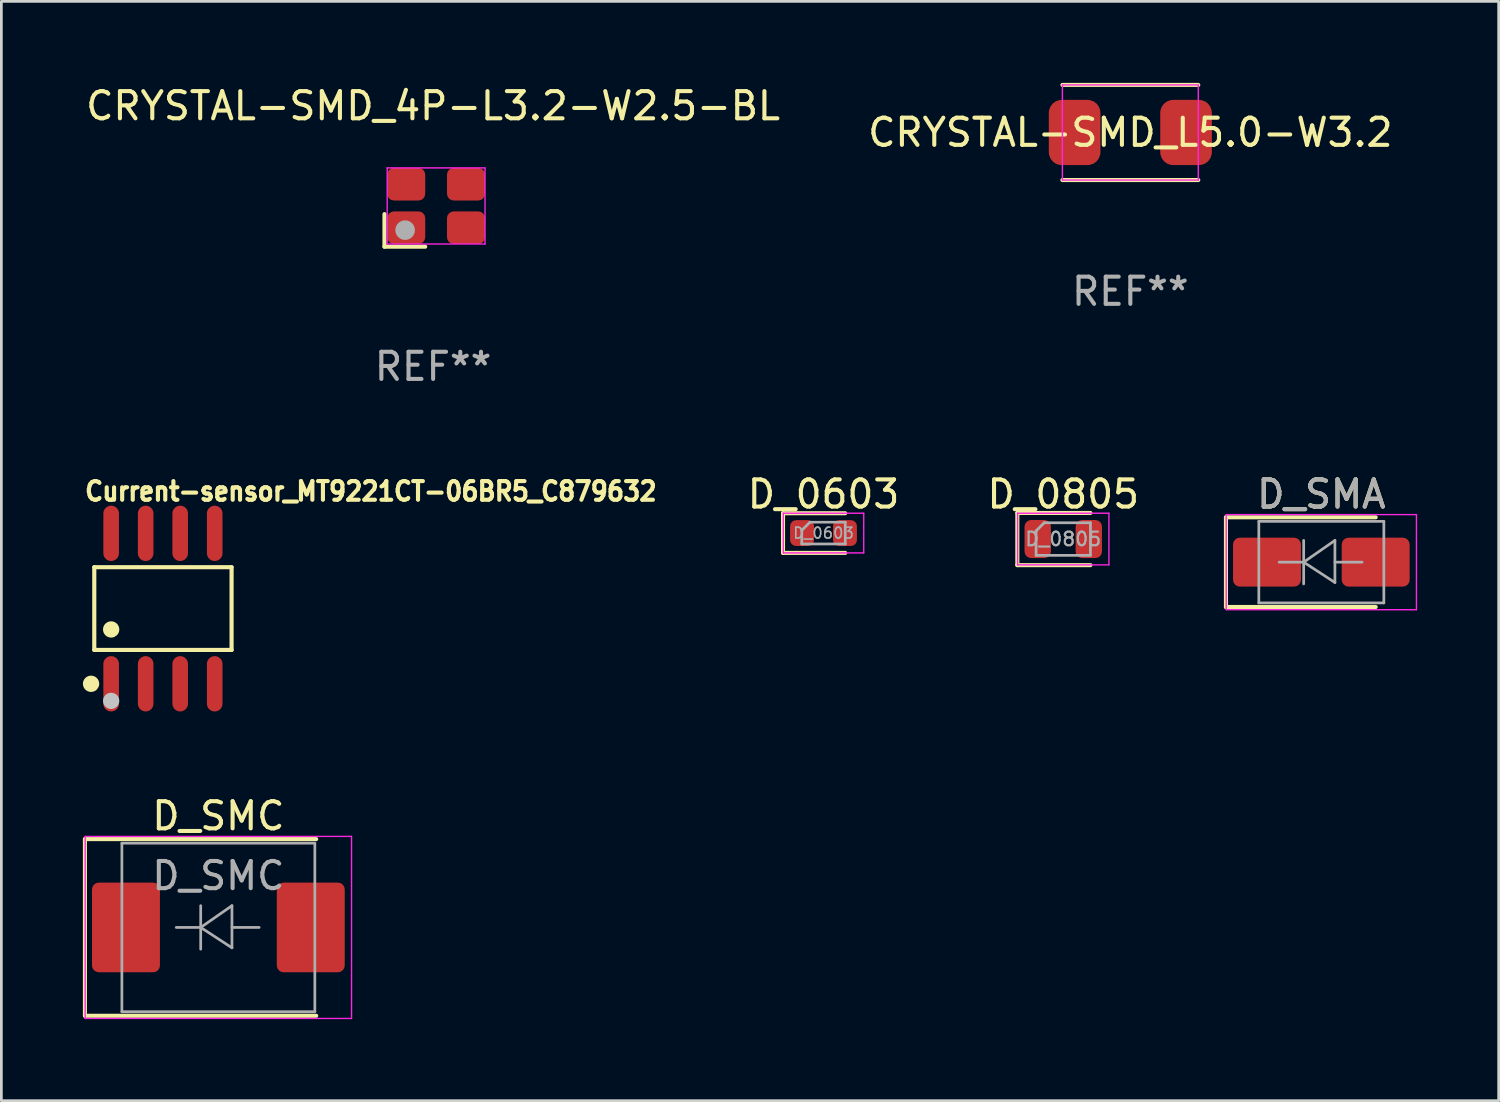
<source format=kicad_pcb>
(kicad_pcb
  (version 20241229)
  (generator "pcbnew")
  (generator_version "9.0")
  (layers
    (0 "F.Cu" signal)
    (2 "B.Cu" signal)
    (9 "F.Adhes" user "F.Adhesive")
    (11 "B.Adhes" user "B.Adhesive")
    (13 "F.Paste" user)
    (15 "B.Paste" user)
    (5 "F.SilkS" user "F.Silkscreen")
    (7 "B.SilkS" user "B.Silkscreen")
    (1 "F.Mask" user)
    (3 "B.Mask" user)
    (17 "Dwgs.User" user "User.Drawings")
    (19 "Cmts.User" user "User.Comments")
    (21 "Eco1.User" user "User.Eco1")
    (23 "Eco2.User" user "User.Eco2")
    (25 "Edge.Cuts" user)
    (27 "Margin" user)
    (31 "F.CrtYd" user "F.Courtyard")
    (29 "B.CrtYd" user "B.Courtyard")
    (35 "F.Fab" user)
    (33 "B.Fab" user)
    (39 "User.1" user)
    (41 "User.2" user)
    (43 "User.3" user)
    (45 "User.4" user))
  (footprint "D_SMA"
    (layer "F.Cu")
    (at 45.57 17.635)
    (property "Reference" "D_SMA" (at 0 -2.5 0) (layer "F.SilkS") (effects (font (size 1 1) (thickness 0.15))))
    (attr smd)
    (fp_line (start -3.51 -1.65) (end -3.51 1.65) (stroke (width 0.15) (type solid)) (layer "F.SilkS"))
    (fp_line (start -3.51 -1.65) (end 2 -1.65) (stroke (width 0.15) (type solid)) (layer "F.SilkS"))
    (fp_line (start -3.51 1.65) (end 2 1.65) (stroke (width 0.15) (type solid)) (layer "F.SilkS"))
    (fp_line (start -3.5 -1.75) (end 3.5 -1.75) (stroke (width 0.05) (type solid)) (layer "F.CrtYd"))
    (fp_line (start -3.5 1.75) (end -3.5 -1.75) (stroke (width 0.05) (type solid)) (layer "F.CrtYd"))
    (fp_line (start 3.5 -1.75) (end 3.5 1.75) (stroke (width 0.05) (type solid)) (layer "F.CrtYd"))
    (fp_line (start 3.5 1.75) (end -3.5 1.75) (stroke (width 0.05) (type solid)) (layer "F.CrtYd"))
    (fp_line (start -2.3 1.5) (end -2.3 -1.5) (stroke (width 0.1) (type solid)) (layer "F.Fab"))
    (fp_line (start -0.65 -0.8) (end -0.65 0.8) (stroke (width 0.1) (type solid)) (layer "F.Fab"))
    (fp_line (start -0.65 0) (end -1.55 0) (stroke (width 0.1) (type solid)) (layer "F.Fab"))
    (fp_line (start -0.65 0) (end 0.5 -0.8) (stroke (width 0.1) (type solid)) (layer "F.Fab"))
    (fp_line (start -0.65 0) (end 0.5 0.75) (stroke (width 0.1) (type solid)) (layer "F.Fab"))
    (fp_line (start 0.5 0) (end 1.5 0) (stroke (width 0.1) (type solid)) (layer "F.Fab"))
    (fp_line (start 0.5 0.75) (end 0.5 -0.8) (stroke (width 0.1) (type solid)) (layer "F.Fab"))
    (fp_line (start 2.3 -1.5) (end -2.3 -1.5) (stroke (width 0.1) (type solid)) (layer "F.Fab"))
    (fp_line (start 2.3 -1.5) (end 2.3 1.5) (stroke (width 0.1) (type solid)) (layer "F.Fab"))
    (fp_line (start 2.3 1.5) (end -2.3 1.5) (stroke (width 0.1) (type solid)) (layer "F.Fab"))
    (fp_text user "${REFERENCE}" (at 0 -2.5 0) (layer "F.Fab") (effects (font (size 1 1) (thickness 0.15))))
    (pad "1" smd roundrect (at -2 0) (size 2.5 1.8) (layers "F.Cu" "F.Mask" "F.Paste") (roundrect_rratio 0.139))
    (pad "2" smd roundrect (at 2 0) (size 2.5 1.8) (layers "F.Cu" "F.Mask" "F.Paste") (roundrect_rratio 0.139)))
  (footprint "Current-sensor_MT9221CT-06BR5_C879632"
    (layer "F.Cu")
    (at 2.945 19.343)
    (property "Reference" "Current-sensor_MT9221CT-06BR5_C879632" (at -2.945 -3.913 0) (layer "F.SilkS") (effects (font (size 0.686 0.628) (thickness 0.152)) (justify left bottom)))
    (fp_line (start -2.526 -1.522) (end 2.526 -1.522) (stroke (width 0.152) (type default)) (layer "F.SilkS"))
    (fp_line (start -2.526 1.522) (end -2.526 -1.522) (stroke (width 0.152) (type default)) (layer "F.SilkS"))
    (fp_line (start 2.526 -1.522) (end 2.526 1.522) (stroke (width 0.152) (type default)) (layer "F.SilkS"))
    (fp_line (start 2.526 1.522) (end -2.526 1.522) (stroke (width 0.152) (type default)) (layer "F.SilkS"))
    (fp_circle (center -2.644 2.768) (end -2.494 2.768) (stroke (width 0.3) (type default)) (fill no) (layer "F.SilkS"))
    (fp_circle (center -1.905 0.769) (end -1.755 0.769) (stroke (width 0.3) (type default)) (fill no) (layer "F.SilkS"))
    (fp_circle (center -1.905 3.397) (end -1.755 3.397) (stroke (width 0.3) (type default)) (fill no) (layer "Dwgs.User"))
    (fp_poly (pts (xy -2.11 -2.998) (xy -2.11 -2.163) (xy -1.7 -2.163) (xy -1.7 -2.998)) (stroke (width 0.1) (type default)) (fill no) (layer "User.1"))
    (fp_poly (pts (xy -2.11 -2.172) (xy -2.11 -1.94) (xy -1.7 -1.94) (xy -1.7 -2.172)) (stroke (width 0.1) (type default)) (fill no) (layer "User.1"))
    (fp_poly (pts (xy -2.11 2.172) (xy -2.11 1.94) (xy -1.7 1.94) (xy -1.7 2.172)) (stroke (width 0.1) (type default)) (fill no) (layer "User.1"))
    (fp_poly (pts (xy -2.11 2.998) (xy -2.11 2.163) (xy -1.7 2.163) (xy -1.7 2.998)) (stroke (width 0.1) (type default)) (fill no) (layer "User.1"))
    (fp_poly (pts (xy -0.84 -2.998) (xy -0.84 -2.163) (xy -0.43 -2.163) (xy -0.43 -2.998)) (stroke (width 0.1) (type default)) (fill no) (layer "User.1"))
    (fp_poly (pts (xy -0.84 -2.172) (xy -0.84 -1.94) (xy -0.43 -1.94) (xy -0.43 -2.172)) (stroke (width 0.1) (type default)) (fill no) (layer "User.1"))
    (fp_poly (pts (xy -0.84 2.172) (xy -0.84 1.94) (xy -0.43 1.94) (xy -0.43 2.172)) (stroke (width 0.1) (type default)) (fill no) (layer "User.1"))
    (fp_poly (pts (xy -0.84 2.998) (xy -0.84 2.163) (xy -0.43 2.163) (xy -0.43 2.998)) (stroke (width 0.1) (type default)) (fill no) (layer "User.1"))
    (fp_poly (pts (xy 0.43 -2.998) (xy 0.43 -2.163) (xy 0.84 -2.163) (xy 0.84 -2.998)) (stroke (width 0.1) (type default)) (fill no) (layer "User.1"))
    (fp_poly (pts (xy 0.43 -2.172) (xy 0.43 -1.94) (xy 0.84 -1.94) (xy 0.84 -2.172)) (stroke (width 0.1) (type default)) (fill no) (layer "User.1"))
    (fp_poly (pts (xy 0.43 2.172) (xy 0.43 1.94) (xy 0.84 1.94) (xy 0.84 2.172)) (stroke (width 0.1) (type default)) (fill no) (layer "User.1"))
    (fp_poly (pts (xy 0.43 2.998) (xy 0.43 2.163) (xy 0.84 2.163) (xy 0.84 2.998)) (stroke (width 0.1) (type default)) (fill no) (layer "User.1"))
    (fp_poly (pts (xy 1.7 -2.998) (xy 1.7 -2.163) (xy 2.11 -2.163) (xy 2.11 -2.998)) (stroke (width 0.1) (type default)) (fill no) (layer "User.1"))
    (fp_poly (pts (xy 1.7 -2.172) (xy 1.7 -1.94) (xy 2.11 -1.94) (xy 2.11 -2.172)) (stroke (width 0.1) (type default)) (fill no) (layer "User.1"))
    (fp_poly (pts (xy 1.7 2.172) (xy 1.7 1.94) (xy 2.11 1.94) (xy 2.11 2.172)) (stroke (width 0.1) (type default)) (fill no) (layer "User.1"))
    (fp_poly (pts (xy 1.7 2.998) (xy 1.7 2.163) (xy 2.11 2.163) (xy 2.11 2.998)) (stroke (width 0.1) (type default)) (fill no) (layer "User.1"))
    (fp_line (start -2.45 -1.95) (end 2.45 -1.95) (stroke (width 0.051) (type default)) (layer "User.2"))
    (fp_line (start -2.45 1.95) (end -2.45 -1.95) (stroke (width 0.051) (type default)) (layer "User.2"))
    (fp_line (start 2.45 -1.95) (end 2.45 1.95) (stroke (width 0.051) (type default)) (layer "User.2"))
    (fp_line (start 2.45 1.95) (end -2.45 1.95) (stroke (width 0.051) (type default)) (layer "User.2"))
    (fp_poly (pts (xy -2.39 2.998) (xy -2.408 2.955) (xy -2.45 2.938) (xy -2.492 2.955) (xy -2.51 2.998) (xy -2.492 3.04) (xy -2.45 3.058) (xy -2.408 3.04)) (stroke (width 0.1) (type default)) (fill no) (layer "User.3"))
    (pad "1" smd oval (at -1.905 2.768) (size 0.574 2.035) (layers "F.Cu" "F.Mask" "F.Paste"))
    (pad "2" smd oval (at -0.635 2.768) (size 0.574 2.035) (layers "F.Cu" "F.Mask" "F.Paste"))
    (pad "3" smd oval (at 0.635 2.768) (size 0.574 2.035) (layers "F.Cu" "F.Mask" "F.Paste"))
    (pad "4" smd oval (at 1.905 2.768) (size 0.574 2.035) (layers "F.Cu" "F.Mask" "F.Paste"))
    (pad "5" smd oval (at 1.905 -2.768) (size 0.574 2.035) (layers "F.Cu" "F.Mask" "F.Paste"))
    (pad "6" smd oval (at 0.635 -2.768) (size 0.574 2.035) (layers "F.Cu" "F.Mask" "F.Paste"))
    (pad "7" smd oval (at -0.635 -2.768) (size 0.574 2.035) (layers "F.Cu" "F.Mask" "F.Paste"))
    (pad "8" smd oval (at -1.905 -2.768) (size 0.574 2.035) (layers "F.Cu" "F.Mask" "F.Paste")))
  (footprint "D_0603"
    (layer "F.Cu")
    (at 27.252 16.565)
    (property "Reference" "D_0603" (at 0 -1.43 0) (layer "F.SilkS") (effects (font (size 1 1) (thickness 0.15))))
    (attr smd)
    (fp_line (start -1.49 -0.73) (end -1.49 0.73) (stroke (width 0.15) (type solid)) (layer "F.SilkS"))
    (fp_line (start -1.49 0.73) (end 0.8 0.73) (stroke (width 0.15) (type solid)) (layer "F.SilkS"))
    (fp_line (start 0.8 -0.73) (end -1.49 -0.73) (stroke (width 0.15) (type solid)) (layer "F.SilkS"))
    (fp_line (start -1.48 -0.73) (end 1.48 -0.73) (stroke (width 0.05) (type solid)) (layer "F.CrtYd"))
    (fp_line (start -1.48 0.73) (end -1.48 -0.73) (stroke (width 0.05) (type solid)) (layer "F.CrtYd"))
    (fp_line (start 1.48 -0.73) (end 1.48 0.73) (stroke (width 0.05) (type solid)) (layer "F.CrtYd"))
    (fp_line (start 1.48 0.73) (end -1.48 0.73) (stroke (width 0.05) (type solid)) (layer "F.CrtYd"))
    (fp_line (start -0.8 -0.1) (end -0.8 0.4) (stroke (width 0.1) (type solid)) (layer "F.Fab"))
    (fp_line (start -0.8 0.4) (end 0.8 0.4) (stroke (width 0.1) (type solid)) (layer "F.Fab"))
    (fp_line (start -0.5 -0.4) (end -0.8 -0.1) (stroke (width 0.1) (type solid)) (layer "F.Fab"))
    (fp_line (start 0.8 -0.4) (end -0.5 -0.4) (stroke (width 0.1) (type solid)) (layer "F.Fab"))
    (fp_line (start 0.8 0.4) (end 0.8 -0.4) (stroke (width 0.1) (type solid)) (layer "F.Fab"))
    (fp_text user "${REFERENCE}" (at 0 0 0) (layer "F.Fab") (effects (font (size 0.4 0.4) (thickness 0.06))))
    (pad "1" smd roundrect (at -0.79 0) (size 0.88 0.95) (layers "F.Cu" "F.Mask" "F.Paste") (roundrect_rratio 0.25))
    (pad "2" smd roundrect (at 0.79 0) (size 0.88 0.95) (layers "F.Cu" "F.Mask" "F.Paste") (roundrect_rratio 0.25)))
  (footprint "CRYSTAL-SMD_4P-L3.2-W2.5-BL"
    (layer "F.Cu")
    (at 12.997 4.528)
    (property "Reference" "CRYSTAL-SMD_4P-L3.2-W2.5-BL" (at -0.11 -3.68 0) (layer "F.SilkS") (effects (font (size 1 1) (thickness 0.15))))
    (attr smd)
    (fp_line (start -1.9 0.3) (end -1.9 1.5) (stroke (width 0.15) (type default)) (layer "F.SilkS"))
    (fp_line (start -1.9 1.5) (end -0.4 1.5) (stroke (width 0.15) (type default)) (layer "F.SilkS"))
    (fp_line (start -1.8 -1.4) (end 1.8 -1.4) (stroke (width 0.05) (type default)) (layer "F.CrtYd"))
    (fp_line (start -1.8 1.4) (end -1.8 -1.4) (stroke (width 0.05) (type default)) (layer "F.CrtYd"))
    (fp_line (start 1.8 -1.4) (end 1.8 1.4) (stroke (width 0.05) (type default)) (layer "F.CrtYd"))
    (fp_line (start 1.8 1.4) (end -1.8 1.4) (stroke (width 0.05) (type default)) (layer "F.CrtYd"))
    (fp_circle (center -1.14 0.89) (end -0.96 0.89) (stroke (width 0.36) (type solid)) (fill no) (layer "F.Fab"))
    (fp_text user "REF**" (at -0.11 5.91 0) (layer "F.Fab") (effects (font (size 1 1) (thickness 0.15))))
    (pad "1" smd roundrect (at -1.1 0.8) (size 1.4 1.2) (layers "F.Cu" "F.Mask" "F.Paste") (roundrect_rratio 0.208))
    (pad "2" smd roundrect (at 1.1 0.8) (size 1.4 1.2) (layers "F.Cu" "F.Mask" "F.Paste") (roundrect_rratio 0.208))
    (pad "3" smd roundrect (at 1.1 -0.8) (size 1.4 1.2) (layers "F.Cu" "F.Mask" "F.Paste") (roundrect_rratio 0.208))
    (pad "4" smd roundrect (at -1.1 -0.8) (size 1.4 1.2) (layers "F.Cu" "F.Mask" "F.Paste") (roundrect_rratio 0.208)))
  (footprint "D_0805"
    (layer "F.Cu")
    (at 36.074 16.785)
    (property "Reference" "D_0805" (at 0 -1.65 0) (layer "F.SilkS") (effects (font (size 1 1) (thickness 0.15))))
    (attr smd)
    (fp_line (start -1.69 -0.96) (end -1.69 0.96) (stroke (width 0.15) (type solid)) (layer "F.SilkS"))
    (fp_line (start -1.69 0.96) (end 1 0.96) (stroke (width 0.15) (type solid)) (layer "F.SilkS"))
    (fp_line (start 1 -0.96) (end -1.69 -0.96) (stroke (width 0.15) (type solid)) (layer "F.SilkS"))
    (fp_line (start -1.68 -0.95) (end 1.68 -0.95) (stroke (width 0.05) (type solid)) (layer "F.CrtYd"))
    (fp_line (start -1.68 0.95) (end -1.68 -0.95) (stroke (width 0.05) (type solid)) (layer "F.CrtYd"))
    (fp_line (start 1.68 -0.95) (end 1.68 0.95) (stroke (width 0.05) (type solid)) (layer "F.CrtYd"))
    (fp_line (start 1.68 0.95) (end -1.68 0.95) (stroke (width 0.05) (type solid)) (layer "F.CrtYd"))
    (fp_line (start -1 -0.3) (end -1 0.6) (stroke (width 0.1) (type solid)) (layer "F.Fab"))
    (fp_line (start -1 0.6) (end 1 0.6) (stroke (width 0.1) (type solid)) (layer "F.Fab"))
    (fp_line (start -0.7 -0.6) (end -1 -0.3) (stroke (width 0.1) (type solid)) (layer "F.Fab"))
    (fp_line (start 1 -0.6) (end -0.7 -0.6) (stroke (width 0.1) (type solid)) (layer "F.Fab"))
    (fp_line (start 1 0.6) (end 1 -0.6) (stroke (width 0.1) (type solid)) (layer "F.Fab"))
    (fp_text user "${REFERENCE}" (at 0 0 0) (layer "F.Fab") (effects (font (size 0.5 0.5) (thickness 0.08))))
    (pad "1" smd roundrect (at -0.94 0) (size 0.97 1.4) (layers "F.Cu" "F.Mask" "F.Paste") (roundrect_rratio 0.25))
    (pad "2" smd roundrect (at 0.94 0) (size 0.97 1.4) (layers "F.Cu" "F.Mask" "F.Paste") (roundrect_rratio 0.25)))
  (footprint "CRYSTAL-SMD_L5.0-W3.2"
    (layer "F.Cu")
    (at 38.542 1.825)
    (property "Reference" "CRYSTAL-SMD_L5.0-W3.2" (at 0 0 0) (layer "F.SilkS") (effects (font (size 1 1) (thickness 0.15))))
    (attr smd)
    (fp_line (start -2.5 -1.75) (end 2.5 -1.75) (stroke (width 0.15) (type default)) (layer "F.SilkS"))
    (fp_line (start -2.5 1.75) (end 2.5 1.75) (stroke (width 0.15) (type default)) (layer "F.SilkS"))
    (fp_line (start -2.5 -1.75) (end 2.5 -1.75) (stroke (width 0.05) (type default)) (layer "F.CrtYd"))
    (fp_line (start -2.5 1.75) (end -2.5 -1.75) (stroke (width 0.05) (type default)) (layer "F.CrtYd"))
    (fp_line (start 2.5 -1.75) (end 2.5 1.75) (stroke (width 0.05) (type default)) (layer "F.CrtYd"))
    (fp_line (start 2.5 1.75) (end -2.5 1.75) (stroke (width 0.05) (type default)) (layer "F.CrtYd"))
    (fp_text user "REF**" (at 0 5.85 0) (layer "F.Fab") (effects (font (size 1 1) (thickness 0.15))))
    (pad "1" smd roundrect (at -2.05 0) (size 1.9 2.4) (layers "F.Cu" "F.Mask" "F.Paste") (roundrect_rratio 0.25))
    (pad "2" smd roundrect (at 2.05 0) (size 1.9 2.4) (layers "F.Cu" "F.Mask" "F.Paste") (roundrect_rratio 0.25)))
  (footprint "D_SMC"
    (layer "F.Cu")
    (at 4.985 31.076)
    (property "Reference" "D_SMC" (at 0 -4.1 0) (layer "F.SilkS") (effects (font (size 1 1) (thickness 0.15))))
    (attr smd)
    (fp_line (start -4.91 -3.25) (end 3.6 -3.25) (stroke (width 0.15) (type solid)) (layer "F.SilkS"))
    (fp_line (start -4.91 3.25) (end -4.91 -3.25) (stroke (width 0.15) (type solid)) (layer "F.SilkS"))
    (fp_line (start -4.91 3.25) (end 3.6 3.25) (stroke (width 0.15) (type solid)) (layer "F.SilkS"))
    (fp_line (start -4.9 -3.35) (end 4.9 -3.35) (stroke (width 0.05) (type solid)) (layer "F.CrtYd"))
    (fp_line (start -4.9 3.35) (end -4.9 -3.35) (stroke (width 0.05) (type solid)) (layer "F.CrtYd"))
    (fp_line (start 4.9 -3.35) (end 4.9 3.35) (stroke (width 0.05) (type solid)) (layer "F.CrtYd"))
    (fp_line (start 4.9 3.35) (end -4.9 3.35) (stroke (width 0.05) (type solid)) (layer "F.CrtYd"))
    (fp_line (start -3.55 3.1) (end -3.55 -3.1) (stroke (width 0.1) (type solid)) (layer "F.Fab"))
    (fp_line (start -0.65 -0.8) (end -0.65 0.8) (stroke (width 0.1) (type solid)) (layer "F.Fab"))
    (fp_line (start -0.65 0) (end -1.55 0) (stroke (width 0.1) (type solid)) (layer "F.Fab"))
    (fp_line (start -0.65 0) (end 0.5 -0.8) (stroke (width 0.1) (type solid)) (layer "F.Fab"))
    (fp_line (start -0.65 0) (end 0.5 0.75) (stroke (width 0.1) (type solid)) (layer "F.Fab"))
    (fp_line (start 0.5 0) (end 1.5 0) (stroke (width 0.1) (type solid)) (layer "F.Fab"))
    (fp_line (start 0.5 0.75) (end 0.5 -0.8) (stroke (width 0.1) (type solid)) (layer "F.Fab"))
    (fp_line (start 3.55 -3.1) (end -3.55 -3.1) (stroke (width 0.1) (type solid)) (layer "F.Fab"))
    (fp_line (start 3.55 -3.1) (end 3.55 3.1) (stroke (width 0.1) (type solid)) (layer "F.Fab"))
    (fp_line (start 3.55 3.1) (end -3.55 3.1) (stroke (width 0.1) (type solid)) (layer "F.Fab"))
    (fp_text user "${REFERENCE}" (at 0 -1.9 0) (layer "F.Fab") (effects (font (size 1 1) (thickness 0.15))))
    (pad "1" smd roundrect (at -3.4 0 90) (size 3.3 2.5) (layers "F.Cu" "F.Mask" "F.Paste") (roundrect_rratio 0.1))
    (pad "2" smd roundrect (at 3.4 0 90) (size 3.3 2.5) (layers "F.Cu" "F.Mask" "F.Paste") (roundrect_rratio 0.1)))
  (gr_rect
    (start -3 -3)
    (end 52.095 37.452)
    (stroke (width 0.1) (type default))
    (fill no)
    (layer "Edge.Cuts")))
</source>
